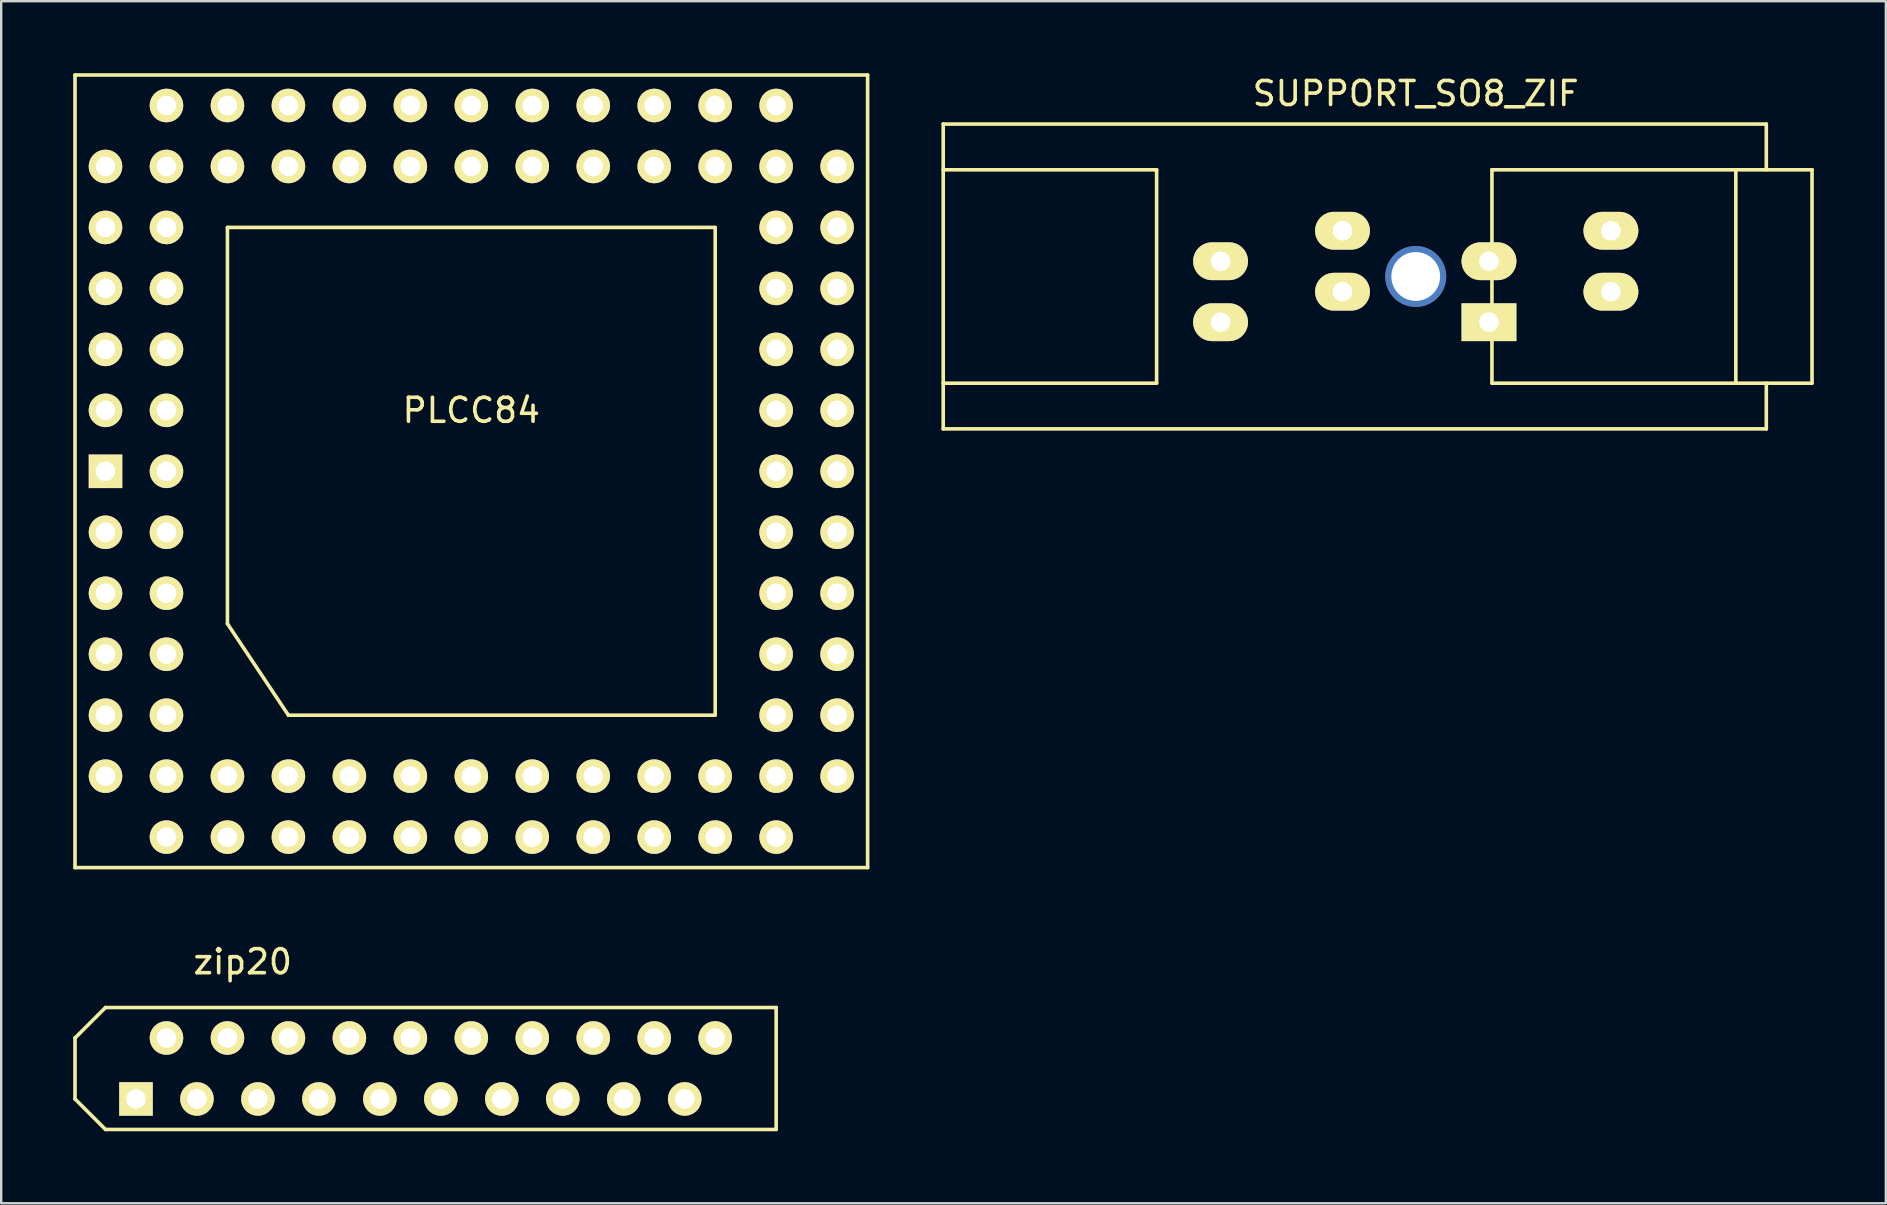
<source format=kicad_pcb>
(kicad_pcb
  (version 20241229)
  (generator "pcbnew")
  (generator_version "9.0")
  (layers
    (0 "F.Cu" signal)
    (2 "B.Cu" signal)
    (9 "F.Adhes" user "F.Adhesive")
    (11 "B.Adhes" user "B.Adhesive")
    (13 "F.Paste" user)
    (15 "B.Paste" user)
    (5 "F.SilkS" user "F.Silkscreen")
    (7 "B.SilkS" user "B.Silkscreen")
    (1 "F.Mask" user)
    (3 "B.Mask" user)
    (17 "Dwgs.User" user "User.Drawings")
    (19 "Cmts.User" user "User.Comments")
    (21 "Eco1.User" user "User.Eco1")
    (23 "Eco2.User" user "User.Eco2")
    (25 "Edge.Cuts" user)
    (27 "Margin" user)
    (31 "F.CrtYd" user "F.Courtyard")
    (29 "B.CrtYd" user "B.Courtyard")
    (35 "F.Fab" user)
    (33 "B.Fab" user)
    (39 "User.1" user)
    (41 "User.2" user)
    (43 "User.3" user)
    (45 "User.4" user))
  (footprint "SUPPORT_SO8_ZIF"
    (layer "F.Cu")
    (at 55.93 8.468)
    (property "Reference" "SUPPORT_SO8_ZIF" (at 0 -7.62 0) (layer "F.SilkS") (effects (font (size 1 1) (thickness 0.15))))
    (attr through_hole)
    (fp_line (start -19.685 -6.35) (end -19.685 6.35) (stroke (width 0.15) (type solid)) (layer "F.SilkS"))
    (fp_line (start -19.685 -6.35) (end 14.605 -6.35) (stroke (width 0.15) (type solid)) (layer "F.SilkS"))
    (fp_line (start -19.685 4.445) (end -10.795 4.445) (stroke (width 0.15) (type solid)) (layer "F.SilkS"))
    (fp_line (start -10.795 -4.445) (end -19.685 -4.445) (stroke (width 0.15) (type solid)) (layer "F.SilkS"))
    (fp_line (start -10.795 4.445) (end -10.795 -4.445) (stroke (width 0.15) (type solid)) (layer "F.SilkS"))
    (fp_line (start 3.175 -4.445) (end 3.175 4.445) (stroke (width 0.15) (type solid)) (layer "F.SilkS"))
    (fp_line (start 3.175 4.445) (end 16.51 4.445) (stroke (width 0.15) (type solid)) (layer "F.SilkS"))
    (fp_line (start 13.335 4.445) (end 13.335 -4.445) (stroke (width 0.15) (type solid)) (layer "F.SilkS"))
    (fp_line (start 14.605 -6.35) (end 14.605 -4.445) (stroke (width 0.15) (type solid)) (layer "F.SilkS"))
    (fp_line (start 14.605 6.35) (end -19.685 6.35) (stroke (width 0.15) (type solid)) (layer "F.SilkS"))
    (fp_line (start 14.605 6.35) (end 14.605 4.445) (stroke (width 0.15) (type solid)) (layer "F.SilkS"))
    (fp_line (start 16.51 -4.445) (end 3.175 -4.445) (stroke (width 0.15) (type solid)) (layer "F.SilkS"))
    (fp_line (start 16.51 4.445) (end 16.51 -4.445) (stroke (width 0.15) (type solid)) (layer "F.SilkS"))
    (pad "" thru_hole circle (at 0 0) (size 2.54 2.54) (drill 2.032) (layers "*.Cu"))
    (pad "1" thru_hole oval (at -3.051 -1.905) (size 2.286 1.575) (drill 0.813) (layers "*.Cu" "*.Mask" "F.SilkS"))
    (pad "2" thru_hole oval (at -8.131 -0.635) (size 2.286 1.575) (drill 0.813) (layers "*.Cu" "*.Mask" "F.SilkS"))
    (pad "3" thru_hole oval (at -3.051 0.635) (size 2.286 1.575) (drill 0.813) (layers "*.Cu" "*.Mask" "F.SilkS"))
    (pad "4" thru_hole oval (at -8.131 1.905) (size 2.286 1.575) (drill 0.813) (layers "*.Cu" "*.Mask" "F.SilkS"))
    (pad "5" thru_hole rect (at 3.051 1.905) (size 2.286 1.575) (drill 0.813) (layers "*.Cu" "*.Mask" "F.SilkS"))
    (pad "6" thru_hole oval (at 8.131 0.635) (size 2.286 1.575) (drill 0.813) (layers "*.Cu" "*.Mask" "F.SilkS"))
    (pad "7" thru_hole oval (at 3.051 -0.635) (size 2.286 1.575) (drill 0.813) (layers "*.Cu" "*.Mask" "F.SilkS"))
    (pad "8" thru_hole oval (at 8.131 -1.905) (size 2.286 1.575) (drill 0.813) (layers "*.Cu" "*.Mask" "F.SilkS")))
  (footprint "PLCC84"
    (layer "F.Cu")
    (at 16.585 16.585)
    (property "Reference" "PLCC84" (at 0 -2.54 0) (layer "F.SilkS") (effects (font (size 1 1) (thickness 0.15))))
    (attr through_hole)
    (fp_line (start -16.51 -16.51) (end -16.51 16.51) (stroke (width 0.15) (type solid)) (layer "F.SilkS"))
    (fp_line (start -16.51 16.51) (end 16.51 16.51) (stroke (width 0.15) (type solid)) (layer "F.SilkS"))
    (fp_line (start -10.16 -10.16) (end -10.16 6.35) (stroke (width 0.15) (type solid)) (layer "F.SilkS"))
    (fp_line (start -10.16 6.35) (end -7.62 10.16) (stroke (width 0.15) (type solid)) (layer "F.SilkS"))
    (fp_line (start -7.62 10.16) (end 10.16 10.16) (stroke (width 0.15) (type solid)) (layer "F.SilkS"))
    (fp_line (start 10.16 -10.16) (end -10.16 -10.16) (stroke (width 0.15) (type solid)) (layer "F.SilkS"))
    (fp_line (start 10.16 10.16) (end 10.16 -10.16) (stroke (width 0.15) (type solid)) (layer "F.SilkS"))
    (fp_line (start 16.51 -16.51) (end -16.51 -16.51) (stroke (width 0.15) (type solid)) (layer "F.SilkS"))
    (fp_line (start 16.51 16.51) (end 16.51 -16.51) (stroke (width 0.15) (type solid)) (layer "F.SilkS"))
    (pad "1" thru_hole rect (at -15.24 0) (size 1.397 1.397) (drill 0.813) (layers "*.Cu" "*.Mask" "F.SilkS"))
    (pad "2" thru_hole circle (at -12.7 0) (size 1.397 1.397) (drill 0.813) (layers "*.Cu" "*.Mask" "F.SilkS"))
    (pad "3" thru_hole circle (at -15.24 2.54) (size 1.397 1.397) (drill 0.813) (layers "*.Cu" "*.Mask" "F.SilkS"))
    (pad "4" thru_hole circle (at -12.7 2.54) (size 1.397 1.397) (drill 0.813) (layers "*.Cu" "*.Mask" "F.SilkS"))
    (pad "5" thru_hole circle (at -15.24 5.08) (size 1.397 1.397) (drill 0.813) (layers "*.Cu" "*.Mask" "F.SilkS"))
    (pad "6" thru_hole circle (at -12.7 5.08) (size 1.397 1.397) (drill 0.813) (layers "*.Cu" "*.Mask" "F.SilkS"))
    (pad "7" thru_hole circle (at -15.24 7.62) (size 1.397 1.397) (drill 0.813) (layers "*.Cu" "*.Mask" "F.SilkS"))
    (pad "8" thru_hole circle (at -12.7 7.62) (size 1.397 1.397) (drill 0.813) (layers "*.Cu" "*.Mask" "F.SilkS"))
    (pad "9" thru_hole circle (at -15.24 10.16) (size 1.397 1.397) (drill 0.813) (layers "*.Cu" "*.Mask" "F.SilkS"))
    (pad "10" thru_hole circle (at -12.7 10.16) (size 1.397 1.397) (drill 0.813) (layers "*.Cu" "*.Mask" "F.SilkS"))
    (pad "11" thru_hole circle (at -15.24 12.7) (size 1.397 1.397) (drill 0.813) (layers "*.Cu" "*.Mask" "F.SilkS"))
    (pad "12" thru_hole circle (at -12.7 15.24) (size 1.397 1.397) (drill 0.813) (layers "*.Cu" "*.Mask" "F.SilkS"))
    (pad "13" thru_hole circle (at -12.7 12.7) (size 1.397 1.397) (drill 0.813) (layers "*.Cu" "*.Mask" "F.SilkS"))
    (pad "14" thru_hole circle (at -10.16 15.24) (size 1.397 1.397) (drill 0.813) (layers "*.Cu" "*.Mask" "F.SilkS"))
    (pad "15" thru_hole circle (at -10.16 12.7) (size 1.397 1.397) (drill 0.813) (layers "*.Cu" "*.Mask" "F.SilkS"))
    (pad "16" thru_hole circle (at -7.62 15.24) (size 1.397 1.397) (drill 0.813) (layers "*.Cu" "*.Mask" "F.SilkS"))
    (pad "17" thru_hole circle (at -7.62 12.7) (size 1.397 1.397) (drill 0.813) (layers "*.Cu" "*.Mask" "F.SilkS"))
    (pad "18" thru_hole circle (at -5.08 15.24) (size 1.397 1.397) (drill 0.813) (layers "*.Cu" "*.Mask" "F.SilkS"))
    (pad "19" thru_hole circle (at -5.08 12.7) (size 1.397 1.397) (drill 0.813) (layers "*.Cu" "*.Mask" "F.SilkS"))
    (pad "20" thru_hole circle (at -2.54 15.24) (size 1.397 1.397) (drill 0.813) (layers "*.Cu" "*.Mask" "F.SilkS"))
    (pad "21" thru_hole circle (at -2.54 12.7) (size 1.397 1.397) (drill 0.813) (layers "*.Cu" "*.Mask" "F.SilkS"))
    (pad "22" thru_hole circle (at 0 15.24) (size 1.397 1.397) (drill 0.813) (layers "*.Cu" "*.Mask" "F.SilkS"))
    (pad "23" thru_hole circle (at 0 12.7) (size 1.397 1.397) (drill 0.813) (layers "*.Cu" "*.Mask" "F.SilkS"))
    (pad "24" thru_hole circle (at 2.54 15.24) (size 1.397 1.397) (drill 0.813) (layers "*.Cu" "*.Mask" "F.SilkS"))
    (pad "25" thru_hole circle (at 2.54 12.7) (size 1.397 1.397) (drill 0.813) (layers "*.Cu" "*.Mask" "F.SilkS"))
    (pad "26" thru_hole circle (at 5.08 15.24) (size 1.397 1.397) (drill 0.813) (layers "*.Cu" "*.Mask" "F.SilkS"))
    (pad "27" thru_hole circle (at 5.08 12.7) (size 1.397 1.397) (drill 0.813) (layers "*.Cu" "*.Mask" "F.SilkS"))
    (pad "28" thru_hole circle (at 7.62 15.24) (size 1.397 1.397) (drill 0.813) (layers "*.Cu" "*.Mask" "F.SilkS"))
    (pad "29" thru_hole circle (at 7.62 12.7) (size 1.397 1.397) (drill 0.813) (layers "*.Cu" "*.Mask" "F.SilkS"))
    (pad "30" thru_hole circle (at 10.16 15.24) (size 1.397 1.397) (drill 0.813) (layers "*.Cu" "*.Mask" "F.SilkS"))
    (pad "31" thru_hole circle (at 10.16 12.7) (size 1.397 1.397) (drill 0.813) (layers "*.Cu" "*.Mask" "F.SilkS"))
    (pad "32" thru_hole circle (at 12.7 15.24) (size 1.397 1.397) (drill 0.813) (layers "*.Cu" "*.Mask" "F.SilkS"))
    (pad "33" thru_hole circle (at 15.24 12.7) (size 1.397 1.397) (drill 0.813) (layers "*.Cu" "*.Mask" "F.SilkS"))
    (pad "34" thru_hole circle (at 12.7 12.7) (size 1.397 1.397) (drill 0.813) (layers "*.Cu" "*.Mask" "F.SilkS"))
    (pad "35" thru_hole circle (at 15.24 10.16) (size 1.397 1.397) (drill 0.813) (layers "*.Cu" "*.Mask" "F.SilkS"))
    (pad "36" thru_hole circle (at 12.7 10.16) (size 1.397 1.397) (drill 0.813) (layers "*.Cu" "*.Mask" "F.SilkS"))
    (pad "37" thru_hole circle (at 15.24 7.62) (size 1.397 1.397) (drill 0.813) (layers "*.Cu" "*.Mask" "F.SilkS"))
    (pad "38" thru_hole circle (at 12.7 7.62) (size 1.397 1.397) (drill 0.813) (layers "*.Cu" "*.Mask" "F.SilkS"))
    (pad "39" thru_hole circle (at 15.24 5.08) (size 1.397 1.397) (drill 0.813) (layers "*.Cu" "*.Mask" "F.SilkS"))
    (pad "40" thru_hole circle (at 12.7 5.08) (size 1.397 1.397) (drill 0.813) (layers "*.Cu" "*.Mask" "F.SilkS"))
    (pad "41" thru_hole circle (at 15.24 2.54) (size 1.397 1.397) (drill 0.813) (layers "*.Cu" "*.Mask" "F.SilkS"))
    (pad "42" thru_hole circle (at 12.7 2.54) (size 1.397 1.397) (drill 0.813) (layers "*.Cu" "*.Mask" "F.SilkS"))
    (pad "43" thru_hole circle (at 15.24 0) (size 1.397 1.397) (drill 0.813) (layers "*.Cu" "*.Mask" "F.SilkS"))
    (pad "44" thru_hole circle (at 12.7 0) (size 1.397 1.397) (drill 0.813) (layers "*.Cu" "*.Mask" "F.SilkS"))
    (pad "45" thru_hole circle (at 15.24 -2.54) (size 1.397 1.397) (drill 0.813) (layers "*.Cu" "*.Mask" "F.SilkS"))
    (pad "46" thru_hole circle (at 12.7 -2.54) (size 1.397 1.397) (drill 0.813) (layers "*.Cu" "*.Mask" "F.SilkS"))
    (pad "47" thru_hole circle (at 15.24 -5.08) (size 1.397 1.397) (drill 0.813) (layers "*.Cu" "*.Mask" "F.SilkS"))
    (pad "48" thru_hole circle (at 12.7 -5.08) (size 1.397 1.397) (drill 0.813) (layers "*.Cu" "*.Mask" "F.SilkS"))
    (pad "49" thru_hole circle (at 15.24 -7.62) (size 1.397 1.397) (drill 0.813) (layers "*.Cu" "*.Mask" "F.SilkS"))
    (pad "50" thru_hole circle (at 12.7 -7.62) (size 1.397 1.397) (drill 0.813) (layers "*.Cu" "*.Mask" "F.SilkS"))
    (pad "51" thru_hole circle (at 15.24 -10.16) (size 1.397 1.397) (drill 0.813) (layers "*.Cu" "*.Mask" "F.SilkS"))
    (pad "52" thru_hole circle (at 12.7 -10.16) (size 1.397 1.397) (drill 0.813) (layers "*.Cu" "*.Mask" "F.SilkS"))
    (pad "53" thru_hole circle (at 15.24 -12.7) (size 1.397 1.397) (drill 0.813) (layers "*.Cu" "*.Mask" "F.SilkS"))
    (pad "54" thru_hole circle (at 12.7 -15.24) (size 1.397 1.397) (drill 0.813) (layers "*.Cu" "*.Mask" "F.SilkS"))
    (pad "55" thru_hole circle (at 12.7 -12.7) (size 1.397 1.397) (drill 0.813) (layers "*.Cu" "*.Mask" "F.SilkS"))
    (pad "56" thru_hole circle (at 10.16 -15.24) (size 1.397 1.397) (drill 0.813) (layers "*.Cu" "*.Mask" "F.SilkS"))
    (pad "57" thru_hole circle (at 10.16 -12.7) (size 1.397 1.397) (drill 0.813) (layers "*.Cu" "*.Mask" "F.SilkS"))
    (pad "58" thru_hole circle (at 7.62 -15.24) (size 1.397 1.397) (drill 0.813) (layers "*.Cu" "*.Mask" "F.SilkS"))
    (pad "59" thru_hole circle (at 7.62 -12.7) (size 1.397 1.397) (drill 0.813) (layers "*.Cu" "*.Mask" "F.SilkS"))
    (pad "60" thru_hole circle (at 5.08 -15.24) (size 1.397 1.397) (drill 0.813) (layers "*.Cu" "*.Mask" "F.SilkS"))
    (pad "61" thru_hole circle (at 5.08 -12.7) (size 1.397 1.397) (drill 0.813) (layers "*.Cu" "*.Mask" "F.SilkS"))
    (pad "62" thru_hole circle (at 2.54 -15.24) (size 1.397 1.397) (drill 0.813) (layers "*.Cu" "*.Mask" "F.SilkS"))
    (pad "63" thru_hole circle (at 2.54 -12.7) (size 1.397 1.397) (drill 0.813) (layers "*.Cu" "*.Mask" "F.SilkS"))
    (pad "64" thru_hole circle (at 0 -15.24) (size 1.397 1.397) (drill 0.813) (layers "*.Cu" "*.Mask" "F.SilkS"))
    (pad "65" thru_hole circle (at 0 -12.7) (size 1.397 1.397) (drill 0.813) (layers "*.Cu" "*.Mask" "F.SilkS"))
    (pad "66" thru_hole circle (at -2.54 -15.24) (size 1.397 1.397) (drill 0.813) (layers "*.Cu" "*.Mask" "F.SilkS"))
    (pad "67" thru_hole circle (at -2.54 -12.7) (size 1.397 1.397) (drill 0.813) (layers "*.Cu" "*.Mask" "F.SilkS"))
    (pad "68" thru_hole circle (at -5.08 -15.24) (size 1.397 1.397) (drill 0.813) (layers "*.Cu" "*.Mask" "F.SilkS"))
    (pad "69" thru_hole circle (at -5.08 -12.7) (size 1.397 1.397) (drill 0.813) (layers "*.Cu" "*.Mask" "F.SilkS"))
    (pad "70" thru_hole circle (at -7.62 -15.24) (size 1.397 1.397) (drill 0.813) (layers "*.Cu" "*.Mask" "F.SilkS"))
    (pad "71" thru_hole circle (at -7.62 -12.7) (size 1.397 1.397) (drill 0.813) (layers "*.Cu" "*.Mask" "F.SilkS"))
    (pad "72" thru_hole circle (at -10.16 -15.24) (size 1.397 1.397) (drill 0.813) (layers "*.Cu" "*.Mask" "F.SilkS"))
    (pad "73" thru_hole circle (at -10.16 -12.7) (size 1.397 1.397) (drill 0.813) (layers "*.Cu" "*.Mask" "F.SilkS"))
    (pad "74" thru_hole circle (at -12.7 -15.24) (size 1.397 1.397) (drill 0.813) (layers "*.Cu" "*.Mask" "F.SilkS"))
    (pad "75" thru_hole circle (at -15.24 -12.7) (size 1.397 1.397) (drill 0.813) (layers "*.Cu" "*.Mask" "F.SilkS"))
    (pad "76" thru_hole circle (at -12.7 -12.7) (size 1.397 1.397) (drill 0.813) (layers "*.Cu" "*.Mask" "F.SilkS"))
    (pad "77" thru_hole circle (at -15.24 -10.16) (size 1.397 1.397) (drill 0.813) (layers "*.Cu" "*.Mask" "F.SilkS"))
    (pad "78" thru_hole circle (at -12.7 -10.16) (size 1.397 1.397) (drill 0.813) (layers "*.Cu" "*.Mask" "F.SilkS"))
    (pad "79" thru_hole circle (at -15.24 -7.62) (size 1.397 1.397) (drill 0.813) (layers "*.Cu" "*.Mask" "F.SilkS"))
    (pad "80" thru_hole circle (at -12.7 -7.62) (size 1.397 1.397) (drill 0.813) (layers "*.Cu" "*.Mask" "F.SilkS"))
    (pad "81" thru_hole circle (at -15.24 -5.08) (size 1.397 1.397) (drill 0.813) (layers "*.Cu" "*.Mask" "F.SilkS"))
    (pad "82" thru_hole circle (at -12.7 -5.08) (size 1.397 1.397) (drill 0.813) (layers "*.Cu" "*.Mask" "F.SilkS"))
    (pad "83" thru_hole circle (at -15.24 -2.54) (size 1.397 1.397) (drill 0.813) (layers "*.Cu" "*.Mask" "F.SilkS"))
    (pad "84" thru_hole circle (at -12.7 -2.54) (size 1.397 1.397) (drill 0.813) (layers "*.Cu" "*.Mask" "F.SilkS")))
  (footprint "zip20"
    (layer "F.Cu")
    (at 16.585 41.463)
    (property "Reference" "zip20" (at -9.525 -4.445 0) (layer "F.SilkS") (effects (font (size 1 1) (thickness 0.15))))
    (attr through_hole)
    (fp_line (start -16.51 -1.27) (end -15.24 -2.54) (stroke (width 0.15) (type solid)) (layer "F.SilkS"))
    (fp_line (start -16.51 1.27) (end -16.51 -1.27) (stroke (width 0.15) (type solid)) (layer "F.SilkS"))
    (fp_line (start -15.24 -2.54) (end 12.7 -2.54) (stroke (width 0.15) (type solid)) (layer "F.SilkS"))
    (fp_line (start -15.24 2.54) (end -16.51 1.27) (stroke (width 0.15) (type solid)) (layer "F.SilkS"))
    (fp_line (start 12.7 -2.54) (end 12.7 2.54) (stroke (width 0.15) (type solid)) (layer "F.SilkS"))
    (fp_line (start 12.7 2.54) (end -15.24 2.54) (stroke (width 0.15) (type solid)) (layer "F.SilkS"))
    (pad "1" thru_hole rect (at -13.97 1.27) (size 1.397 1.397) (drill 0.813) (layers "*.Cu" "*.Mask" "F.SilkS"))
    (pad "2" thru_hole circle (at -12.7 -1.27) (size 1.397 1.397) (drill 0.813) (layers "*.Cu" "*.Mask" "F.SilkS"))
    (pad "3" thru_hole circle (at -11.43 1.27) (size 1.397 1.397) (drill 0.813) (layers "*.Cu" "*.Mask" "F.SilkS"))
    (pad "4" thru_hole circle (at -10.16 -1.27) (size 1.397 1.397) (drill 0.813) (layers "*.Cu" "*.Mask" "F.SilkS"))
    (pad "5" thru_hole circle (at -8.89 1.27) (size 1.397 1.397) (drill 0.813) (layers "*.Cu" "*.Mask" "F.SilkS"))
    (pad "6" thru_hole circle (at -7.62 -1.27) (size 1.397 1.397) (drill 0.813) (layers "*.Cu" "*.Mask" "F.SilkS"))
    (pad "7" thru_hole circle (at -6.35 1.27) (size 1.397 1.397) (drill 0.813) (layers "*.Cu" "*.Mask" "F.SilkS"))
    (pad "8" thru_hole circle (at -5.08 -1.27) (size 1.397 1.397) (drill 0.813) (layers "*.Cu" "*.Mask" "F.SilkS"))
    (pad "9" thru_hole circle (at -3.81 1.27) (size 1.397 1.397) (drill 0.813) (layers "*.Cu" "*.Mask" "F.SilkS"))
    (pad "10" thru_hole circle (at -2.54 -1.27) (size 1.397 1.397) (drill 0.813) (layers "*.Cu" "*.Mask" "F.SilkS"))
    (pad "11" thru_hole circle (at -1.27 1.27) (size 1.397 1.397) (drill 0.813) (layers "*.Cu" "*.Mask" "F.SilkS"))
    (pad "12" thru_hole circle (at 0 -1.27) (size 1.397 1.397) (drill 0.813) (layers "*.Cu" "*.Mask" "F.SilkS"))
    (pad "13" thru_hole circle (at 1.27 1.27) (size 1.397 1.397) (drill 0.813) (layers "*.Cu" "*.Mask" "F.SilkS"))
    (pad "14" thru_hole circle (at 2.54 -1.27) (size 1.397 1.397) (drill 0.813) (layers "*.Cu" "*.Mask" "F.SilkS"))
    (pad "15" thru_hole circle (at 3.81 1.27) (size 1.397 1.397) (drill 0.813) (layers "*.Cu" "*.Mask" "F.SilkS"))
    (pad "16" thru_hole circle (at 5.08 -1.27) (size 1.397 1.397) (drill 0.813) (layers "*.Cu" "*.Mask" "F.SilkS"))
    (pad "17" thru_hole circle (at 6.35 1.27) (size 1.397 1.397) (drill 0.813) (layers "*.Cu" "*.Mask" "F.SilkS"))
    (pad "18" thru_hole circle (at 7.62 -1.27) (size 1.397 1.397) (drill 0.813) (layers "*.Cu" "*.Mask" "F.SilkS"))
    (pad "19" thru_hole circle (at 8.89 1.27) (size 1.397 1.397) (drill 0.813) (layers "*.Cu" "*.Mask" "F.SilkS"))
    (pad "20" thru_hole circle (at 10.16 -1.27) (size 1.397 1.397) (drill 0.813) (layers "*.Cu" "*.Mask" "F.SilkS")))
  (gr_rect
    (start -3 -3)
    (end 75.515 47.078)
    (stroke (width 0.1) (type default))
    (fill no)
    (layer "Edge.Cuts")))
</source>
